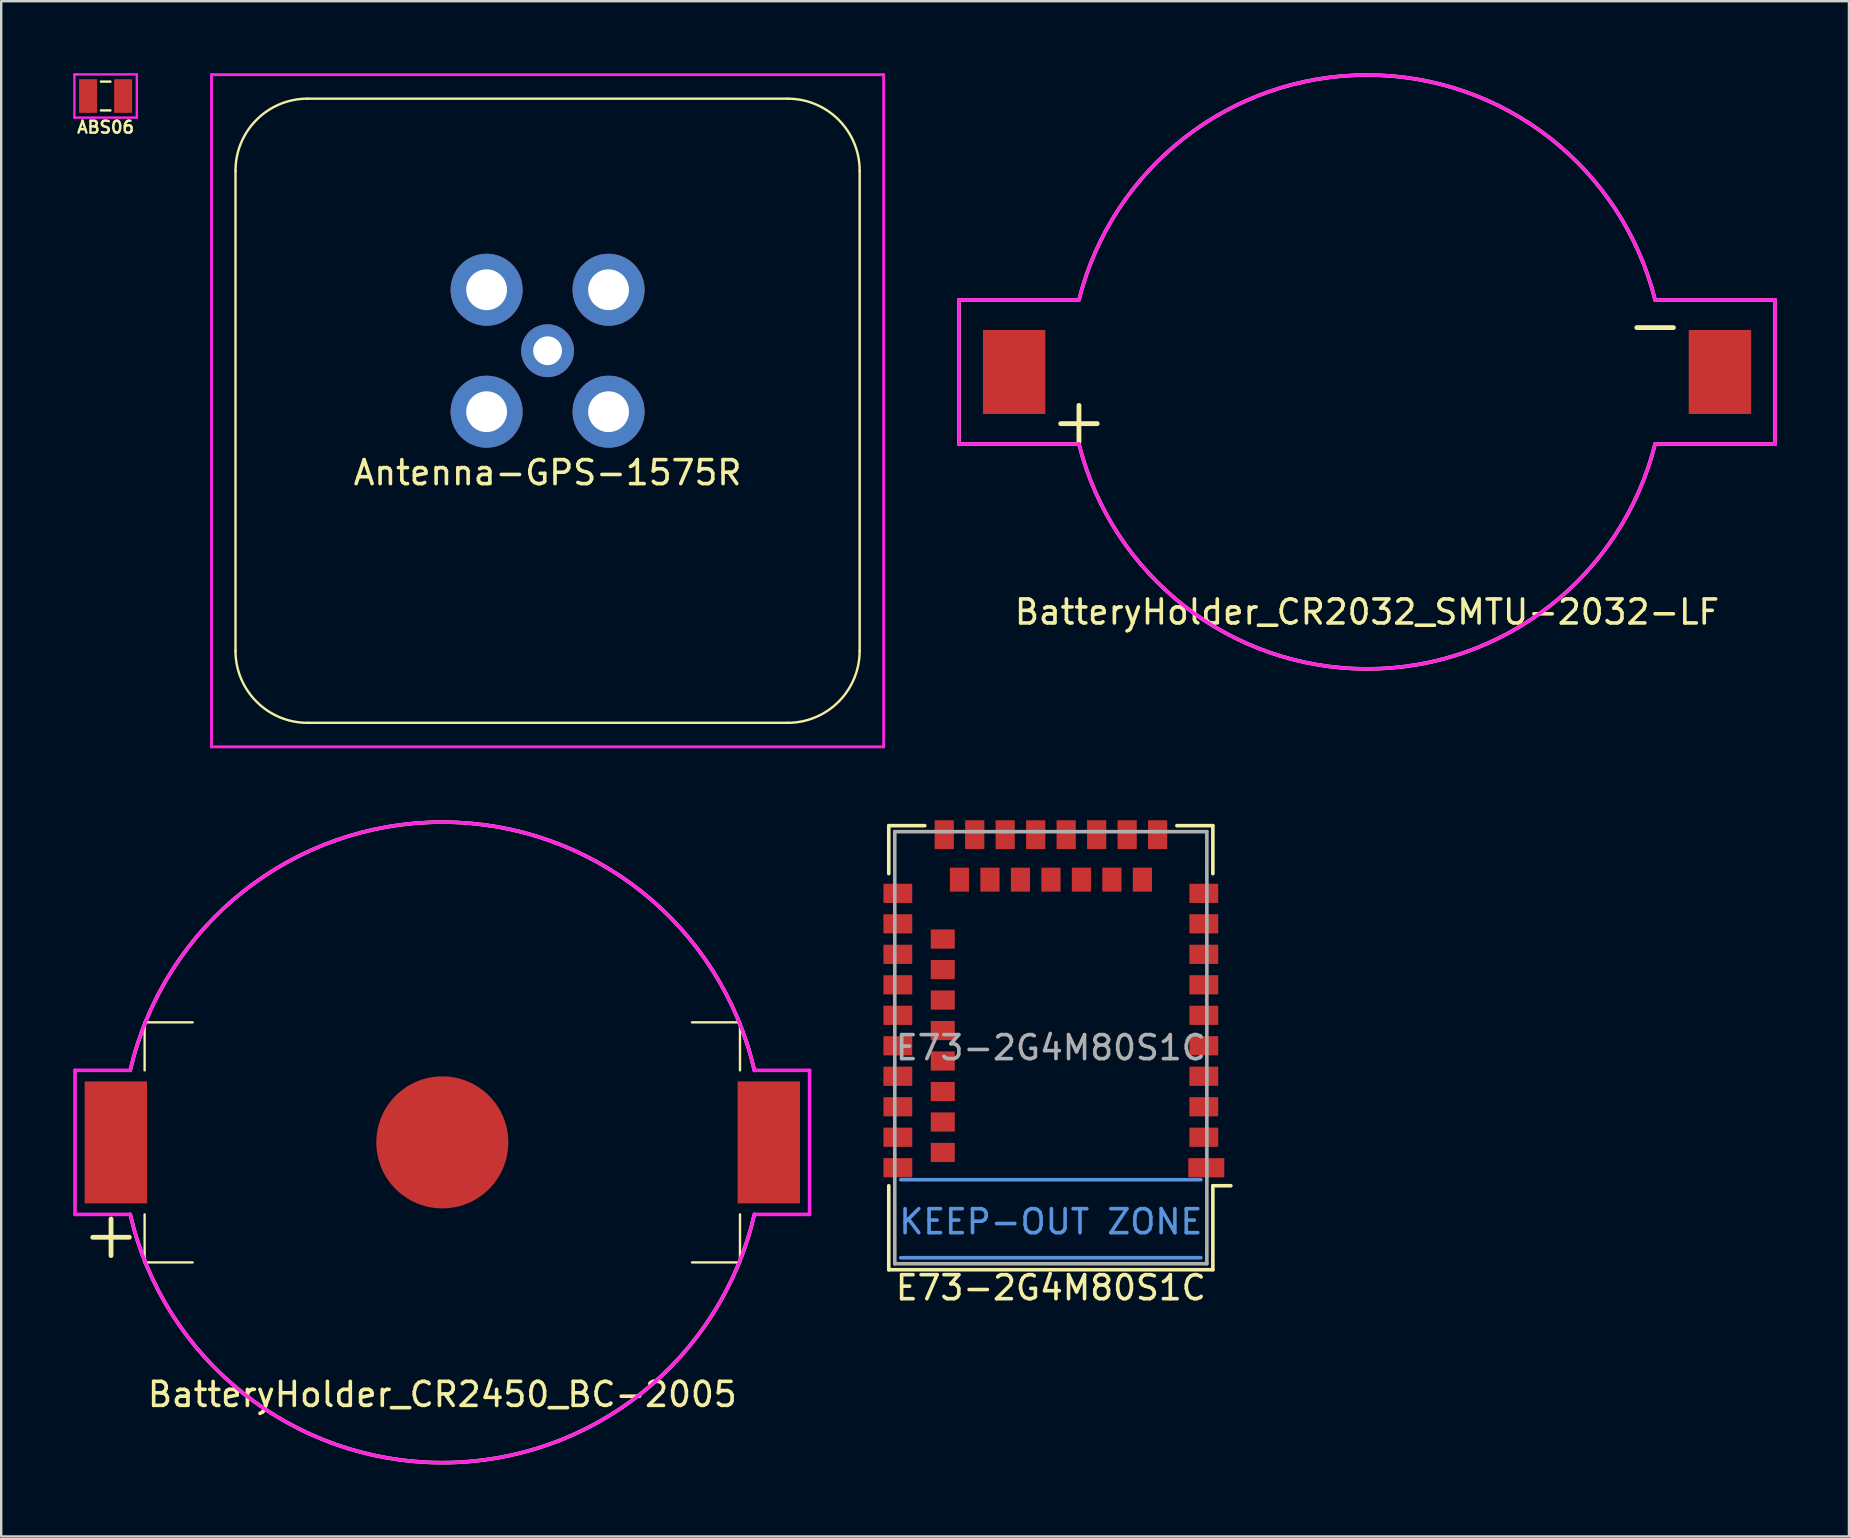
<source format=kicad_pcb>
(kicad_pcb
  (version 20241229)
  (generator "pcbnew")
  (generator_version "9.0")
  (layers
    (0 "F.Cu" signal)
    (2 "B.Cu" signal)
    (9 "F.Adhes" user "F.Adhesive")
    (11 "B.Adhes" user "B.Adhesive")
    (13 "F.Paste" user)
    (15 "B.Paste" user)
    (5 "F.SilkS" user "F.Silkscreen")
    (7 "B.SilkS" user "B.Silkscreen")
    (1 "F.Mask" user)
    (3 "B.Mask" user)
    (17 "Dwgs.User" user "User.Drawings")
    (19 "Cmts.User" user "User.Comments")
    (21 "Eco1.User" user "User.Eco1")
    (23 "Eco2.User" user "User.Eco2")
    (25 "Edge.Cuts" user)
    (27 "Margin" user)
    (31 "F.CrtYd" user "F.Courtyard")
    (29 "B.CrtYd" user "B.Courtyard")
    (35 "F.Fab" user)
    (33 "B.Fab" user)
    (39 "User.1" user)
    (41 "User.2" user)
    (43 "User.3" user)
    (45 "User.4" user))
  (footprint "BatteryHolder_CR2450_BC-2005"
    (layer "F.Cu")
    (at 15.375 44.537)
    (property "Reference" "BatteryHolder_CR2450_BC-2005" (at 0 10.5 0) (layer "F.SilkS") (effects (font (size 1 1) (thickness 0.15))))
    (attr through_hole)
    (fp_line (start -12.4 -5) (end -12.4 -3) (stroke (width 0.1) (type solid)) (layer "F.SilkS"))
    (fp_line (start -12.4 -5) (end -10.4 -5) (stroke (width 0.1) (type solid)) (layer "F.SilkS"))
    (fp_line (start -12.4 5) (end -12.4 3) (stroke (width 0.1) (type solid)) (layer "F.SilkS"))
    (fp_line (start -12.4 5) (end -10.4 5) (stroke (width 0.1) (type solid)) (layer "F.SilkS"))
    (fp_line (start 10.4 5) (end 12.4 5) (stroke (width 0.1) (type solid)) (layer "F.SilkS"))
    (fp_line (start 12.4 -5) (end 10.4 -5) (stroke (width 0.1) (type solid)) (layer "F.SilkS"))
    (fp_line (start 12.4 -5) (end 12.4 -3) (stroke (width 0.1) (type solid)) (layer "F.SilkS"))
    (fp_line (start 12.4 5) (end 12.4 3) (stroke (width 0.1) (type solid)) (layer "F.SilkS"))
    (fp_arc (start -13 -3) (mid 0 -13.341664) (end 13 -3) (stroke (width 0.15) (type solid)) (layer "F.SilkS"))
    (fp_arc (start 13 3) (mid 0 13.341664) (end -13 3) (stroke (width 0.15) (type solid)) (layer "F.SilkS"))
    (fp_line (start -15.3 -3) (end -13 -3) (stroke (width 0.15) (type solid)) (layer "F.CrtYd"))
    (fp_line (start -15.3 3) (end -15.3 -3) (stroke (width 0.15) (type solid)) (layer "F.CrtYd"))
    (fp_line (start -13 3) (end -15.3 3) (stroke (width 0.15) (type solid)) (layer "F.CrtYd"))
    (fp_line (start 13 -3) (end 15.3 -3) (stroke (width 0.15) (type solid)) (layer "F.CrtYd"))
    (fp_line (start 15.3 -3) (end 15.3 3) (stroke (width 0.15) (type solid)) (layer "F.CrtYd"))
    (fp_line (start 15.3 3) (end 13 3) (stroke (width 0.15) (type solid)) (layer "F.CrtYd"))
    (fp_arc (start -13 -3) (mid 0 -13.341664) (end 13 -3) (stroke (width 0.15) (type solid)) (layer "F.CrtYd"))
    (fp_arc (start 13 3) (mid 0 13.341664) (end -13 3) (stroke (width 0.15) (type solid)) (layer "F.CrtYd"))
    (fp_text user "+" (at -13.8 3.8 0) (layer "F.SilkS") (effects (font (size 2 2) (thickness 0.2))))
    (pad "1" smd rect (at -13.6 0) (size 2.6 5.08) (layers "F.Cu" "F.Mask" "F.Paste"))
    (pad "1" smd rect (at 13.6 0) (size 2.6 5.08) (layers "F.Cu" "F.Mask" "F.Paste"))
    (pad "2" smd circle (at 0 0) (size 5.5 5.5) (layers "F.Cu" "F.Mask" "F.Paste")))
  (footprint "BatteryHolder_CR2032_SMTU-2032-LF"
    (layer "F.Cu")
    (at 53.895 12.444)
    (property "Reference" "BatteryHolder_CR2032_SMTU-2032-LF" (at 0 10 0) (layer "F.SilkS") (effects (font (size 1 1) (thickness 0.15))))
    (attr through_hole)
    (fp_line (start -17 -3) (end -12 -3) (stroke (width 0.15) (type solid)) (layer "F.SilkS"))
    (fp_line (start -17 3) (end -17 -3) (stroke (width 0.15) (type solid)) (layer "F.SilkS"))
    (fp_line (start -12 3) (end -17 3) (stroke (width 0.15) (type solid)) (layer "F.SilkS"))
    (fp_line (start 12 -3) (end 17 -3) (stroke (width 0.15) (type solid)) (layer "F.SilkS"))
    (fp_line (start 17 -3) (end 17 3) (stroke (width 0.15) (type solid)) (layer "F.SilkS"))
    (fp_line (start 17 3) (end 12 3) (stroke (width 0.15) (type solid)) (layer "F.SilkS"))
    (fp_arc (start -12 -3) (mid 0 -12.369317) (end 12 -3) (stroke (width 0.15) (type solid)) (layer "F.SilkS"))
    (fp_arc (start 12 3) (mid 0 12.369317) (end -12 3) (stroke (width 0.15) (type solid)) (layer "F.SilkS"))
    (fp_line (start -17 -3) (end -12 -3) (stroke (width 0.15) (type solid)) (layer "F.CrtYd"))
    (fp_line (start -17 3) (end -17 -3) (stroke (width 0.15) (type solid)) (layer "F.CrtYd"))
    (fp_line (start -12 3) (end -17 3) (stroke (width 0.15) (type solid)) (layer "F.CrtYd"))
    (fp_line (start 12 -3) (end 17 -3) (stroke (width 0.15) (type solid)) (layer "F.CrtYd"))
    (fp_line (start 17 -3) (end 17 3) (stroke (width 0.15) (type solid)) (layer "F.CrtYd"))
    (fp_line (start 17 3) (end 12 3) (stroke (width 0.15) (type solid)) (layer "F.CrtYd"))
    (fp_arc (start -12 -3) (mid -0.00297 -12.369317) (end 11.998558 -3.005762) (stroke (width 0.15) (type solid)) (layer "F.CrtYd"))
    (fp_arc (start 12 3) (mid 0.00297 12.369317) (end -11.998558 3.005762) (stroke (width 0.15) (type solid)) (layer "F.CrtYd"))
    (fp_text user "+" (at -12 2 0) (layer "F.SilkS") (effects (font (size 2 2) (thickness 0.2))))
    (fp_text user "-" (at 12 -2 0) (layer "F.SilkS") (effects (font (size 2 2) (thickness 0.2))))
    (pad "1" smd rect (at -14.7 0) (size 2.6 3.5) (layers "F.Cu" "F.Mask" "F.Paste"))
    (pad "2" smd rect (at 14.7 0) (size 2.6 3.5) (layers "F.Cu" "F.Mask" "F.Paste")))
  (footprint "ABS06"
    (layer "F.Cu")
    (at 1.35 0.95)
    (property "Reference" "ABS06" (at 0 1.3 0) (layer "F.SilkS") (effects (font (size 0.5 0.5) (thickness 0.1))))
    (attr through_hole)
    (fp_line (start -0.2 -0.6) (end 0.2 -0.6) (stroke (width 0.1) (type solid)) (layer "F.SilkS"))
    (fp_line (start 0.2 0.6) (end -0.2 0.6) (stroke (width 0.1) (type solid)) (layer "F.SilkS"))
    (fp_line (start -1.3 -0.9) (end -1.2 -0.9) (stroke (width 0.1) (type solid)) (layer "F.CrtYd"))
    (fp_line (start -1.3 0.9) (end -1.3 -0.9) (stroke (width 0.1) (type solid)) (layer "F.CrtYd"))
    (fp_line (start -1.2 -0.9) (end 1.3 -0.9) (stroke (width 0.1) (type solid)) (layer "F.CrtYd"))
    (fp_line (start 1.3 -0.9) (end 1.3 0.9) (stroke (width 0.1) (type solid)) (layer "F.CrtYd"))
    (fp_line (start 1.3 0.9) (end -1.3 0.9) (stroke (width 0.1) (type solid)) (layer "F.CrtYd"))
    (pad "1" smd rect (at -0.73 0) (size 0.75 1.4) (layers "F.Cu" "F.Mask" "F.Paste"))
    (pad "2" smd rect (at 0.73 0) (size 0.75 1.4) (layers "F.Cu" "F.Mask" "F.Paste")))
  (footprint "Antenna-GPS-1575R"
    (layer "F.Cu")
    (at 19.76 11.56)
    (property "Reference" "Antenna-GPS-1575R" (at 0 5.08 0) (layer "F.SilkS") (effects (font (size 1 1) (thickness 0.15))))
    (attr through_hole)
    (fp_line (start -13 12.5) (end -13 -7.5) (stroke (width 0.1) (type solid)) (layer "F.SilkS"))
    (fp_line (start -10 -10.5) (end 10 -10.5) (stroke (width 0.1) (type solid)) (layer "F.SilkS"))
    (fp_line (start 10 15.5) (end -10 15.5) (stroke (width 0.1) (type solid)) (layer "F.SilkS"))
    (fp_line (start 13 -7.5) (end 13 12.5) (stroke (width 0.1) (type solid)) (layer "F.SilkS"))
    (fp_arc (start -13 -7.5) (mid -12.12132 -9.62132) (end -10 -10.5) (stroke (width 0.1) (type solid)) (layer "F.SilkS"))
    (fp_arc (start -10 15.5) (mid -12.12132 14.62132) (end -13 12.5) (stroke (width 0.1) (type solid)) (layer "F.SilkS"))
    (fp_arc (start 10 -10.5) (mid 12.12132 -9.62132) (end 13 -7.5) (stroke (width 0.1) (type solid)) (layer "F.SilkS"))
    (fp_arc (start 13 12.5) (mid 12.12132 14.62132) (end 10 15.5) (stroke (width 0.1) (type solid)) (layer "F.SilkS"))
    (fp_line (start -14 -11.5) (end -14 16.5) (stroke (width 0.12) (type solid)) (layer "F.CrtYd"))
    (fp_line (start -14 16.5) (end 14 16.5) (stroke (width 0.12) (type solid)) (layer "F.CrtYd"))
    (fp_line (start 14 -11.5) (end -14 -11.5) (stroke (width 0.12) (type solid)) (layer "F.CrtYd"))
    (fp_line (start 14 16.5) (end 14 -11.5) (stroke (width 0.12) (type solid)) (layer "F.CrtYd"))
    (pad "1" thru_hole circle (at 0 0) (size 2.2 2.2) (drill 1.2) (layers "*.Cu" "*.Mask"))
    (pad "2" thru_hole circle (at -2.54 -2.54) (size 3 3) (drill 1.7) (layers "*.Cu" "*.Mask"))
    (pad "2" thru_hole circle (at -2.54 2.54) (size 3 3) (drill 1.7) (layers "*.Cu" "*.Mask"))
    (pad "2" thru_hole circle (at 2.54 -2.54) (size 3 3) (drill 1.7) (layers "*.Cu" "*.Mask"))
    (pad "2" thru_hole circle (at 2.54 2.54) (size 3 3) (drill 1.7) (layers "*.Cu" "*.Mask")))
  (footprint "E73-2G4M80S1C"
    (layer "F.Cu")
    (at 40.723 40.593)
    (property "Reference" "E73-2G4M80S1C" (at 0 10 0) (layer "F.SilkS") (effects (font (size 1 1) (thickness 0.15))))
    (attr smd)
    (fp_line (start -6.75 -9.25) (end -5.25 -9.25) (stroke (width 0.15) (type solid)) (layer "F.SilkS"))
    (fp_line (start -6.75 -7.25) (end -6.75 -9.25) (stroke (width 0.15) (type solid)) (layer "F.SilkS"))
    (fp_line (start -6.75 9.25) (end -6.75 5.75) (stroke (width 0.15) (type solid)) (layer "F.SilkS"))
    (fp_line (start 6.75 -9.25) (end 5.25 -9.25) (stroke (width 0.15) (type solid)) (layer "F.SilkS"))
    (fp_line (start 6.75 -7.25) (end 6.75 -9.25) (stroke (width 0.15) (type solid)) (layer "F.SilkS"))
    (fp_line (start 6.75 5.75) (end 6.75 9.25) (stroke (width 0.15) (type solid)) (layer "F.SilkS"))
    (fp_line (start 6.75 9.25) (end -6.75 9.25) (stroke (width 0.15) (type solid)) (layer "F.SilkS"))
    (fp_line (start 7.5 5.75) (end 6.75 5.75) (stroke (width 0.15) (type solid)) (layer "F.SilkS"))
    (fp_line (start -6.25 5.5) (end 6.25 5.5) (stroke (width 0.15) (type solid)) (layer "Cmts.User"))
    (fp_line (start 6.25 8.75) (end -6.25 8.75) (stroke (width 0.15) (type solid)) (layer "Cmts.User"))
    (fp_line (start -6.5 -9) (end -6.5 9) (stroke (width 0.15) (type solid)) (layer "F.Fab"))
    (fp_line (start -6.5 9) (end 6.5 9) (stroke (width 0.15) (type solid)) (layer "F.Fab"))
    (fp_line (start 6.5 -9) (end -6.5 -9) (stroke (width 0.15) (type solid)) (layer "F.Fab"))
    (fp_line (start 6.5 9) (end 6.5 -9) (stroke (width 0.15) (type solid)) (layer "F.Fab"))
    (fp_text user "KEEP-OUT ZONE" (at 0 7.25 0) (layer "Cmts.User") (effects (font (size 1 1) (thickness 0.15))))
    (fp_text user "${REFERENCE}" (at 0 0 0) (layer "F.Fab") (effects (font (size 1 1) (thickness 0.15))))
    (pad "1" smd rect (at 6.477 5) (size 1.5 0.8) (layers "F.Cu" "F.Mask" "F.Paste"))
    (pad "2" smd rect (at 6.373 3.73) (size 1.2 0.8) (layers "F.Cu" "F.Mask" "F.Paste"))
    (pad "3" smd rect (at 6.373 2.46) (size 1.2 0.8) (layers "F.Cu" "F.Mask" "F.Paste"))
    (pad "4" smd rect (at 6.373 1.19) (size 1.2 0.8) (layers "F.Cu" "F.Mask" "F.Paste"))
    (pad "5" smd rect (at 6.373 -0.08) (size 1.2 0.8) (layers "F.Cu" "F.Mask" "F.Paste"))
    (pad "6" smd rect (at 6.373 -1.35) (size 1.2 0.8) (layers "F.Cu" "F.Mask" "F.Paste"))
    (pad "7" smd rect (at 6.373 -2.62) (size 1.2 0.8) (layers "F.Cu" "F.Mask" "F.Paste"))
    (pad "8" smd rect (at 6.373 -3.89) (size 1.2 0.8) (layers "F.Cu" "F.Mask" "F.Paste"))
    (pad "9" smd rect (at 6.373 -5.16) (size 1.2 0.8) (layers "F.Cu" "F.Mask" "F.Paste"))
    (pad "10" smd rect (at 6.373 -6.43) (size 1.2 0.8) (layers "F.Cu" "F.Mask" "F.Paste"))
    (pad "11" smd rect (at 4.45 -8.873) (size 0.8 1.2) (layers "F.Cu" "F.Mask" "F.Paste"))
    (pad "12" smd rect (at 3.815 -7) (size 0.8 1) (layers "F.Cu" "F.Mask" "F.Paste"))
    (pad "13" smd rect (at 3.18 -8.873) (size 0.8 1.2) (layers "F.Cu" "F.Mask" "F.Paste"))
    (pad "14" smd rect (at 2.545 -7) (size 0.8 1) (layers "F.Cu" "F.Mask" "F.Paste"))
    (pad "15" smd rect (at 1.91 -8.873) (size 0.8 1.2) (layers "F.Cu" "F.Mask" "F.Paste"))
    (pad "16" smd rect (at 1.275 -7) (size 0.8 1) (layers "F.Cu" "F.Mask" "F.Paste"))
    (pad "17" smd rect (at 0.64 -8.873) (size 0.8 1.2) (layers "F.Cu" "F.Mask" "F.Paste"))
    (pad "18" smd rect (at 0.005 -7) (size 0.8 1) (layers "F.Cu" "F.Mask" "F.Paste"))
    (pad "19" smd rect (at -0.63 -8.873) (size 0.8 1.2) (layers "F.Cu" "F.Mask" "F.Paste"))
    (pad "20" smd rect (at -1.265 -7) (size 0.8 1) (layers "F.Cu" "F.Mask" "F.Paste"))
    (pad "21" smd rect (at -1.9 -8.873) (size 0.8 1.2) (layers "F.Cu" "F.Mask" "F.Paste"))
    (pad "22" smd rect (at -2.535 -7) (size 0.8 1) (layers "F.Cu" "F.Mask" "F.Paste"))
    (pad "23" smd rect (at -3.17 -8.873) (size 0.8 1.2) (layers "F.Cu" "F.Mask" "F.Paste"))
    (pad "24" smd rect (at -3.805 -7) (size 0.8 1) (layers "F.Cu" "F.Mask" "F.Paste"))
    (pad "25" smd rect (at -4.44 -8.873) (size 0.8 1.2) (layers "F.Cu" "F.Mask" "F.Paste"))
    (pad "26" smd rect (at -6.373 -6.43) (size 1.2 0.8) (layers "F.Cu" "F.Mask" "F.Paste"))
    (pad "27" smd rect (at -6.373 -5.16) (size 1.2 0.8) (layers "F.Cu" "F.Mask" "F.Paste"))
    (pad "28" smd rect (at -4.5 -4.525) (size 1 0.8) (layers "F.Cu" "F.Mask" "F.Paste"))
    (pad "29" smd rect (at -6.373 -3.89) (size 1.2 0.8) (layers "F.Cu" "F.Mask" "F.Paste"))
    (pad "30" smd rect (at -4.5 -3.255) (size 1 0.8) (layers "F.Cu" "F.Mask" "F.Paste"))
    (pad "31" smd rect (at -6.373 -2.62) (size 1.2 0.8) (layers "F.Cu" "F.Mask" "F.Paste"))
    (pad "32" smd rect (at -4.5 -1.985) (size 1 0.8) (layers "F.Cu" "F.Mask" "F.Paste"))
    (pad "33" smd rect (at -6.373 -1.35) (size 1.2 0.8) (layers "F.Cu" "F.Mask" "F.Paste"))
    (pad "34" smd rect (at -4.5 -0.715) (size 1 0.8) (layers "F.Cu" "F.Mask" "F.Paste"))
    (pad "35" smd rect (at -6.373 -0.08) (size 1.2 0.8) (layers "F.Cu" "F.Mask" "F.Paste"))
    (pad "36" smd rect (at -4.5 0.555) (size 1 0.8) (layers "F.Cu" "F.Mask" "F.Paste"))
    (pad "37" smd rect (at -6.373 1.19) (size 1.2 0.8) (layers "F.Cu" "F.Mask" "F.Paste"))
    (pad "38" smd rect (at -4.5 1.825) (size 1 0.8) (layers "F.Cu" "F.Mask" "F.Paste"))
    (pad "39" smd rect (at -6.373 2.46) (size 1.2 0.8) (layers "F.Cu" "F.Mask" "F.Paste"))
    (pad "40" smd rect (at -4.5 3.095) (size 1 0.8) (layers "F.Cu" "F.Mask" "F.Paste"))
    (pad "41" smd rect (at -6.373 3.73) (size 1.2 0.8) (layers "F.Cu" "F.Mask" "F.Paste"))
    (pad "42" smd rect (at -4.5 4.365) (size 1 0.8) (layers "F.Cu" "F.Mask" "F.Paste"))
    (pad "43" smd rect (at -6.373 5) (size 1.2 0.8) (layers "F.Cu" "F.Mask" "F.Paste")))
  (gr_rect
    (start -3 -3)
    (end 73.97 60.953)
    (stroke (width 0.1) (type default))
    (fill no)
    (layer "Edge.Cuts")))
</source>
